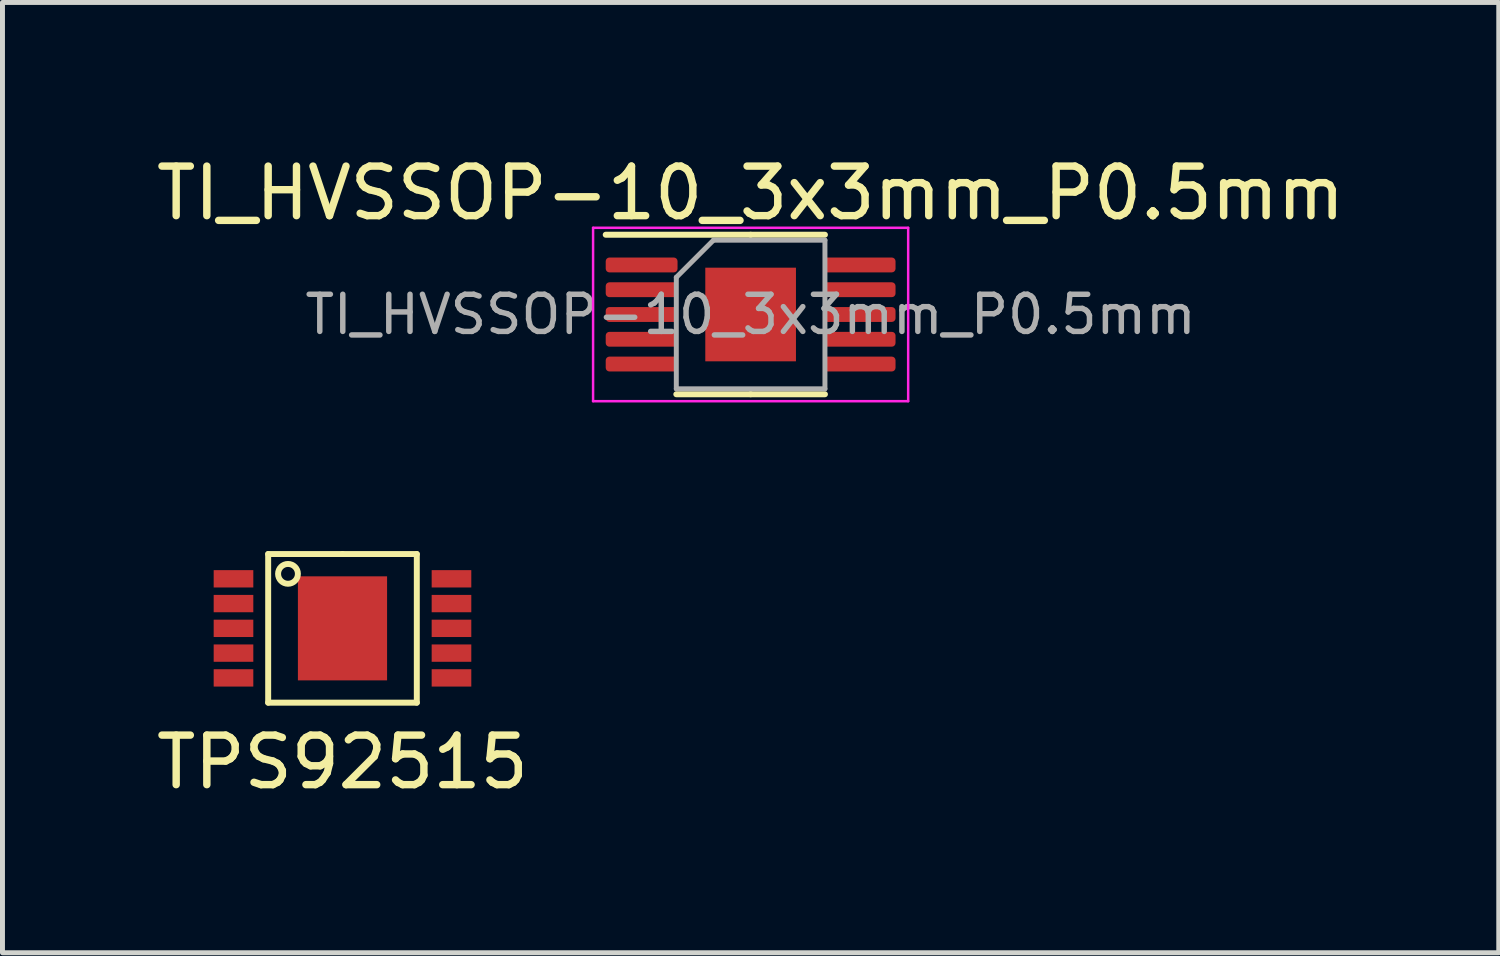
<source format=kicad_pcb>
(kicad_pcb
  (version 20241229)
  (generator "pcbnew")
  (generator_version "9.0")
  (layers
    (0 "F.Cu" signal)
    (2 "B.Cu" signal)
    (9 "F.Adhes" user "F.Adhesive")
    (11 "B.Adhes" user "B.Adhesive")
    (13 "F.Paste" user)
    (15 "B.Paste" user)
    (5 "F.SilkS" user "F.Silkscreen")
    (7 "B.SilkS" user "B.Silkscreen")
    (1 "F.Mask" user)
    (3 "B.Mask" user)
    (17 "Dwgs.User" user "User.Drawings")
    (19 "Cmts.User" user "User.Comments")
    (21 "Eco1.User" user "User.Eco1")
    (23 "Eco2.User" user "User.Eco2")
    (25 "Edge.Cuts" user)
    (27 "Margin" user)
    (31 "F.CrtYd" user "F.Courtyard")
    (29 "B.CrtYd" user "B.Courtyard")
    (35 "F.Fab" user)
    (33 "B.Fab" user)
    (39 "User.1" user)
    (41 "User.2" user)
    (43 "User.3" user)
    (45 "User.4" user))
  (footprint "TI_HVSSOP-10_3x3mm_P0.5mm"
    (layer "F.Cu")
    (at 12.101 3.298)
    (property "Reference" "TI_HVSSOP-10_3x3mm_P0.5mm" (at 0 -2.45 0) (layer "F.SilkS") (effects (font (size 1 1) (thickness 0.15))))
    (attr smd)
    (fp_line (start 0 -1.61) (end -2.925 -1.61) (stroke (width 0.12) (type solid)) (layer "F.SilkS"))
    (fp_line (start 0 -1.61) (end 1.5 -1.61) (stroke (width 0.12) (type solid)) (layer "F.SilkS"))
    (fp_line (start 0 1.61) (end -1.5 1.61) (stroke (width 0.12) (type solid)) (layer "F.SilkS"))
    (fp_line (start 0 1.61) (end 1.5 1.61) (stroke (width 0.12) (type solid)) (layer "F.SilkS"))
    (fp_line (start -3.18 -1.75) (end -3.18 1.75) (stroke (width 0.05) (type solid)) (layer "F.CrtYd"))
    (fp_line (start -3.18 1.75) (end 3.18 1.75) (stroke (width 0.05) (type solid)) (layer "F.CrtYd"))
    (fp_line (start 3.18 -1.75) (end -3.18 -1.75) (stroke (width 0.05) (type solid)) (layer "F.CrtYd"))
    (fp_line (start 3.18 1.75) (end 3.18 -1.75) (stroke (width 0.05) (type solid)) (layer "F.CrtYd"))
    (fp_line (start -1.5 -0.75) (end -0.75 -1.5) (stroke (width 0.1) (type solid)) (layer "F.Fab"))
    (fp_line (start -1.5 1.5) (end -1.5 -0.75) (stroke (width 0.1) (type solid)) (layer "F.Fab"))
    (fp_line (start -0.75 -1.5) (end 1.5 -1.5) (stroke (width 0.1) (type solid)) (layer "F.Fab"))
    (fp_line (start 1.5 -1.5) (end 1.5 1.5) (stroke (width 0.1) (type solid)) (layer "F.Fab"))
    (fp_line (start 1.5 1.5) (end -1.5 1.5) (stroke (width 0.1) (type solid)) (layer "F.Fab"))
    (fp_text user "${REFERENCE}" (at 0 0 0) (layer "F.Fab") (effects (font (size 0.75 0.75) (thickness 0.11))))
    (pad "1" smd roundrect (at -2.2 -1) (size 1.45 0.3) (layers "F.Cu" "F.Mask" "F.Paste") (roundrect_rratio 0.25))
    (pad "2" smd roundrect (at -2.2 -0.5) (size 1.45 0.3) (layers "F.Cu" "F.Mask" "F.Paste") (roundrect_rratio 0.25))
    (pad "3" smd roundrect (at -2.2 0) (size 1.45 0.3) (layers "F.Cu" "F.Mask" "F.Paste") (roundrect_rratio 0.25))
    (pad "4" smd roundrect (at -2.2 0.5) (size 1.45 0.3) (layers "F.Cu" "F.Mask" "F.Paste") (roundrect_rratio 0.25))
    (pad "5" smd roundrect (at -2.2 1) (size 1.45 0.3) (layers "F.Cu" "F.Mask" "F.Paste") (roundrect_rratio 0.25))
    (pad "6" smd roundrect (at 2.2 1) (size 1.45 0.3) (layers "F.Cu" "F.Mask" "F.Paste") (roundrect_rratio 0.25))
    (pad "7" smd roundrect (at 2.2 0.5) (size 1.45 0.3) (layers "F.Cu" "F.Mask" "F.Paste") (roundrect_rratio 0.25))
    (pad "8" smd roundrect (at 2.2 0) (size 1.45 0.3) (layers "F.Cu" "F.Mask" "F.Paste") (roundrect_rratio 0.25))
    (pad "9" smd roundrect (at 2.2 -0.5) (size 1.45 0.3) (layers "F.Cu" "F.Mask" "F.Paste") (roundrect_rratio 0.25))
    (pad "10" smd roundrect (at 2.2 -1) (size 1.45 0.3) (layers "F.Cu" "F.Mask" "F.Paste") (roundrect_rratio 0.25))
    (pad "11" smd rect (at 0 0) (size 1.83 1.89) (layers "F.Cu" "F.Mask" "F.Paste")))
  (footprint "TPS92515"
    (layer "F.Cu")
    (at 3.863 9.633)
    (property "Reference" "TPS92515" (at 0 2.7 0) (layer "F.SilkS") (effects (font (size 1 1) (thickness 0.15))))
    (attr through_hole)
    (fp_line (start -1.5 -1.5) (end 0 -1.5) (stroke (width 0.12) (type solid)) (layer "F.SilkS"))
    (fp_line (start -1.5 1.5) (end -1.5 -1.5) (stroke (width 0.12) (type solid)) (layer "F.SilkS"))
    (fp_line (start 0 -1.5) (end 1.5 -1.5) (stroke (width 0.12) (type solid)) (layer "F.SilkS"))
    (fp_line (start 1.5 -1.5) (end 1.5 1.5) (stroke (width 0.12) (type solid)) (layer "F.SilkS"))
    (fp_line (start 1.5 1.5) (end -1.5 1.5) (stroke (width 0.12) (type solid)) (layer "F.SilkS"))
    (fp_circle (center -1.1 -1.1) (end -0.9 -1.1) (stroke (width 0.12) (type solid)) (fill no) (layer "F.SilkS"))
    (pad "1" smd rect (at -2.2 -1) (size 0.8 0.35) (layers "F.Cu" "F.Mask" "F.Paste"))
    (pad "2" smd rect (at -2.2 -0.5) (size 0.8 0.35) (layers "F.Cu" "F.Mask" "F.Paste"))
    (pad "3" smd rect (at -2.2 0) (size 0.8 0.35) (layers "F.Cu" "F.Mask" "F.Paste"))
    (pad "4" smd rect (at -2.2 0.5) (size 0.8 0.35) (layers "F.Cu" "F.Mask" "F.Paste"))
    (pad "5" smd rect (at -2.2 1) (size 0.8 0.35) (layers "F.Cu" "F.Mask" "F.Paste"))
    (pad "6" smd rect (at 2.2 1) (size 0.8 0.35) (layers "F.Cu" "F.Mask" "F.Paste"))
    (pad "7" smd rect (at 2.2 0.5) (size 0.8 0.35) (layers "F.Cu" "F.Mask" "F.Paste"))
    (pad "8" smd rect (at 2.2 0) (size 0.8 0.35) (layers "F.Cu" "F.Mask" "F.Paste"))
    (pad "9" smd rect (at 2.2 -0.5) (size 0.8 0.35) (layers "F.Cu" "F.Mask" "F.Paste"))
    (pad "10" smd rect (at 2.2 -1) (size 0.8 0.35) (layers "F.Cu" "F.Mask" "F.Paste"))
    (pad "11" smd rect (at 0 0) (size 1.8 2.1) (layers "F.Cu" "F.Mask" "F.Paste")))
  (gr_rect
    (start -3 -3)
    (end 27.202 16.181)
    (stroke (width 0.1) (type default))
    (fill no)
    (layer "Edge.Cuts")))
</source>
